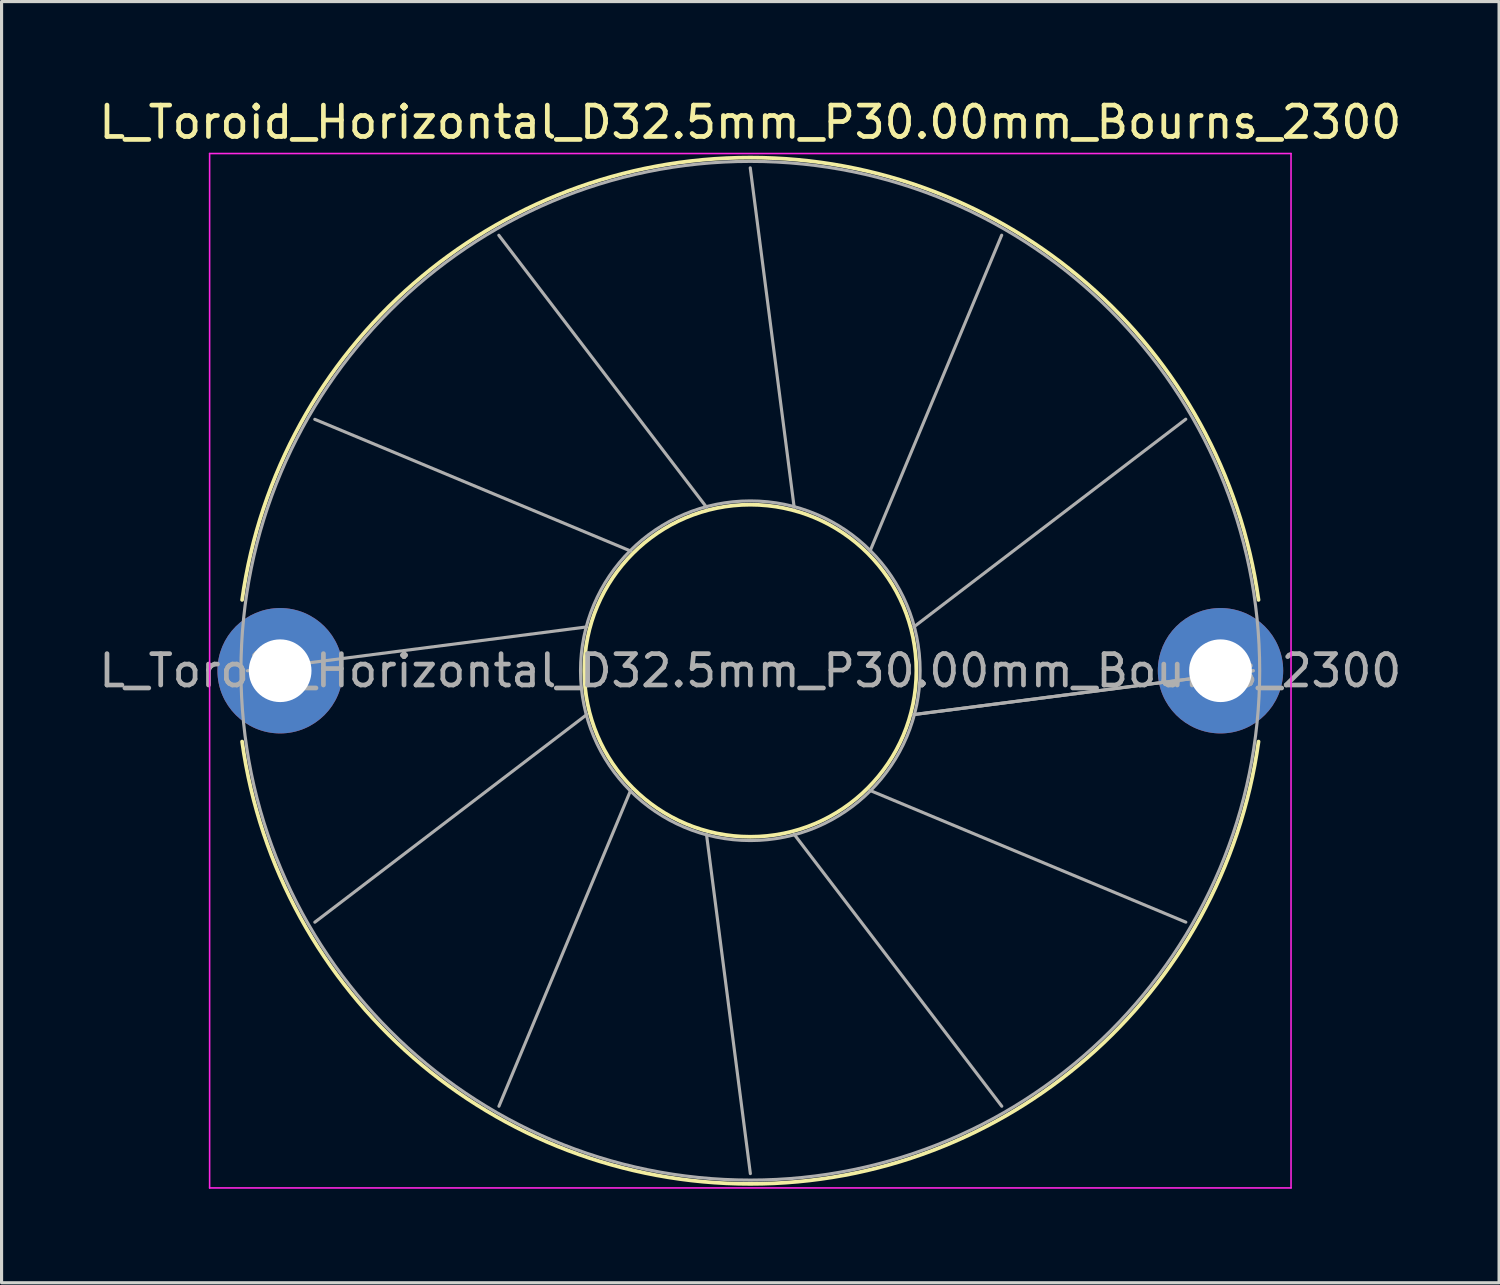
<source format=kicad_pcb>
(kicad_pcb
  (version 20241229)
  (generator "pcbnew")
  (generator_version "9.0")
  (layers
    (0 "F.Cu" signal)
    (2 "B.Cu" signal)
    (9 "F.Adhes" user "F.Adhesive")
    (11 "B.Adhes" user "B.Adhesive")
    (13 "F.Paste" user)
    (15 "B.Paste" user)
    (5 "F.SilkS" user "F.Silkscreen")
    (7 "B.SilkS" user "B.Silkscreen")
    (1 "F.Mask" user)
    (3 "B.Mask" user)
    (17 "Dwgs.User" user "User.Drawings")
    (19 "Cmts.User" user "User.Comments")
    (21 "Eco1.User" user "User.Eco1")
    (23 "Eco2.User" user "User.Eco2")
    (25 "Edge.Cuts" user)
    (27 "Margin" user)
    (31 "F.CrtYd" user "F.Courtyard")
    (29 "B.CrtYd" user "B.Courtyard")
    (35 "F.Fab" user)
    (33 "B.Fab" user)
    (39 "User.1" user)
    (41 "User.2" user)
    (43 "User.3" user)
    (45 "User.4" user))
  (footprint "L_Toroid_Horizontal_D32.5mm_P30.00mm_Bourns_2300"
    (layer "F.Cu")
    (at 5.887 18.348)
    (property "Reference" "L_Toroid_Horizontal_D32.5mm_P30.00mm_Bourns_2300" (at 15 -17.5 0) (layer "F.SilkS") (effects (font (size 1 1) (thickness 0.15))))
    (attr through_hole)
    (fp_arc (start -1.213245 -2.26) (mid 15 -16.37) (end 31.213245 -2.26) (stroke (width 0.12) (type solid)) (layer "F.SilkS"))
    (fp_arc (start 31.213245 2.26) (mid 15 16.37) (end -1.213245 2.26) (stroke (width 0.12) (type solid)) (layer "F.SilkS"))
    (fp_circle (center 15 0) (end 20.297 0) (stroke (width 0.12) (type solid)) (fill no) (layer "F.SilkS"))
    (fp_line (start -2.25 -16.5) (end -2.25 16.5) (stroke (width 0.05) (type solid)) (layer "F.CrtYd"))
    (fp_line (start -2.25 16.5) (end 32.25 16.5) (stroke (width 0.05) (type solid)) (layer "F.CrtYd"))
    (fp_line (start 32.25 -16.5) (end -2.25 -16.5) (stroke (width 0.05) (type solid)) (layer "F.CrtYd"))
    (fp_line (start 32.25 16.5) (end 32.25 -16.5) (stroke (width 0.05) (type solid)) (layer "F.CrtYd"))
    (fp_line (start -1.043 0.001) (end 9.781 -1.398) (stroke (width 0.1) (type solid)) (layer "F.Fab"))
    (fp_line (start 1.106 -8.02) (end 11.179 -3.82) (stroke (width 0.1) (type solid)) (layer "F.Fab"))
    (fp_line (start 1.107 8.022) (end 9.782 1.399) (stroke (width 0.1) (type solid)) (layer "F.Fab"))
    (fp_line (start 6.977 -13.892) (end 13.601 -5.218) (stroke (width 0.1) (type solid)) (layer "F.Fab"))
    (fp_line (start 6.98 13.894) (end 11.18 3.82) (stroke (width 0.1) (type solid)) (layer "F.Fab"))
    (fp_line (start 14.998 -16.043) (end 16.398 -5.219) (stroke (width 0.1) (type solid)) (layer "F.Fab"))
    (fp_line (start 15.001 16.043) (end 13.602 5.219) (stroke (width 0.1) (type solid)) (layer "F.Fab"))
    (fp_line (start 23.019 -13.895) (end 18.82 -3.821) (stroke (width 0.1) (type solid)) (layer "F.Fab"))
    (fp_line (start 23.022 13.893) (end 16.398 5.218) (stroke (width 0.1) (type solid)) (layer "F.Fab"))
    (fp_line (start 28.892 -8.024) (end 20.218 -1.399) (stroke (width 0.1) (type solid)) (layer "F.Fab"))
    (fp_line (start 28.893 8.021) (end 18.82 3.82) (stroke (width 0.1) (type solid)) (layer "F.Fab"))
    (fp_line (start 31.043 -0.003) (end 20.219 1.397) (stroke (width 0.1) (type solid)) (layer "F.Fab"))
    (fp_line (start 31.043 0) (end 20.219 1.398) (stroke (width 0.1) (type solid)) (layer "F.Fab"))
    (fp_circle (center 15 0) (end 20.417 0) (stroke (width 0.1) (type solid)) (fill no) (layer "F.Fab"))
    (fp_circle (center 15 0) (end 31.25 0) (stroke (width 0.1) (type solid)) (fill no) (layer "F.Fab"))
    (fp_text user "${REFERENCE}" (at 15 0 0) (layer "F.Fab") (effects (font (size 1 1) (thickness 0.15))))
    (pad "1" thru_hole circle (at 0 0) (size 4 4) (drill 2) (layers "*.Cu" "*.Mask"))
    (pad "2" thru_hole circle (at 30 0) (size 4 4) (drill 2) (layers "*.Cu" "*.Mask")))
  (gr_rect
    (start -3 -3)
    (end 44.774 37.873)
    (stroke (width 0.1) (type default))
    (fill no)
    (layer "Edge.Cuts")))
</source>
